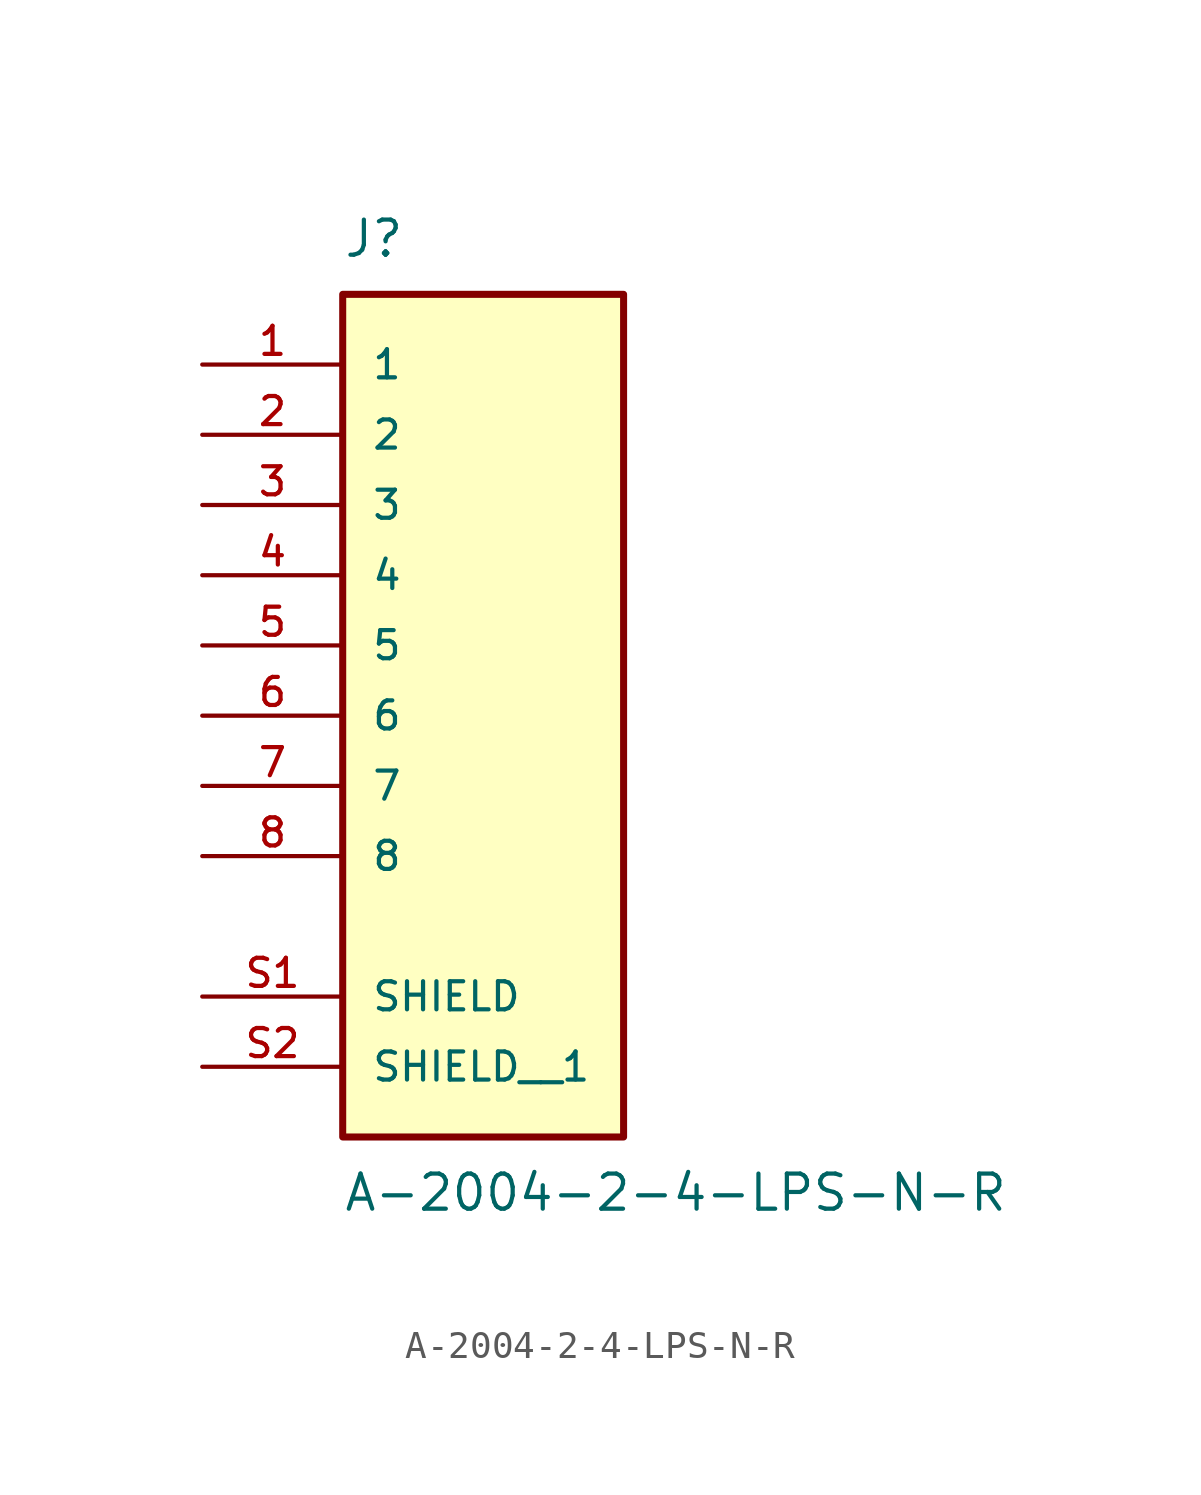
<source format=kicad_sym>
(kicad_symbol_lib
  (version 20220914)
  (generator kicad_symbol_editor)
  (symbol "A-2004-2-4-LPS-N-R"
    (pin_names
      (offset 1.016))
    (property "Reference" "J"
      (at -5.08 13.97 0)
      (effects (font (size 1.27 1.27)) (justify left bottom)))
    (property "Value" "A-2004-2-4-LPS-N-R"
      (at -5.08 -19.05 0)
      (effects (font (size 1.27 1.27)) (justify left top)))
    (symbol "A-2004-2-4-LPS-N-R_0_0"
      (rectangle (start -5.08 -17.78) (end 5.08 12.7) (stroke (width 0.254) (type default)) (fill (type background)))
      (pin passive line (at -10.16 10.16 0) (length 5.08) (name "1" (effects (font (size 1.016 1.016)))) (number "1" (effects (font (size 1.016 1.016)))))
      (pin passive line (at -10.16 7.62 0) (length 5.08) (name "2" (effects (font (size 1.016 1.016)))) (number "2" (effects (font (size 1.016 1.016)))))
      (pin passive line (at -10.16 5.08 0) (length 5.08) (name "3" (effects (font (size 1.016 1.016)))) (number "3" (effects (font (size 1.016 1.016)))))
      (pin passive line (at -10.16 2.54 0) (length 5.08) (name "4" (effects (font (size 1.016 1.016)))) (number "4" (effects (font (size 1.016 1.016)))))
      (pin passive line (at -10.16 0 0) (length 5.08) (name "5" (effects (font (size 1.016 1.016)))) (number "5" (effects (font (size 1.016 1.016)))))
      (pin passive line (at -10.16 -2.54 0) (length 5.08) (name "6" (effects (font (size 1.016 1.016)))) (number "6" (effects (font (size 1.016 1.016)))))
      (pin passive line (at -10.16 -5.08 0) (length 5.08) (name "7" (effects (font (size 1.016 1.016)))) (number "7" (effects (font (size 1.016 1.016)))))
      (pin passive line (at -10.16 -7.62 0) (length 5.08) (name "8" (effects (font (size 1.016 1.016)))) (number "8" (effects (font (size 1.016 1.016)))))
      (pin passive line (at -10.16 -12.7 0) (length 5.08) (name "SHIELD" (effects (font (size 1.016 1.016)))) (number "S1" (effects (font (size 1.016 1.016)))))
      (pin passive line (at -10.16 -15.24 0) (length 5.08) (name "SHIELD__1" (effects (font (size 1.016 1.016)))) (number "S2" (effects (font (size 1.016 1.016))))))))
</source>
